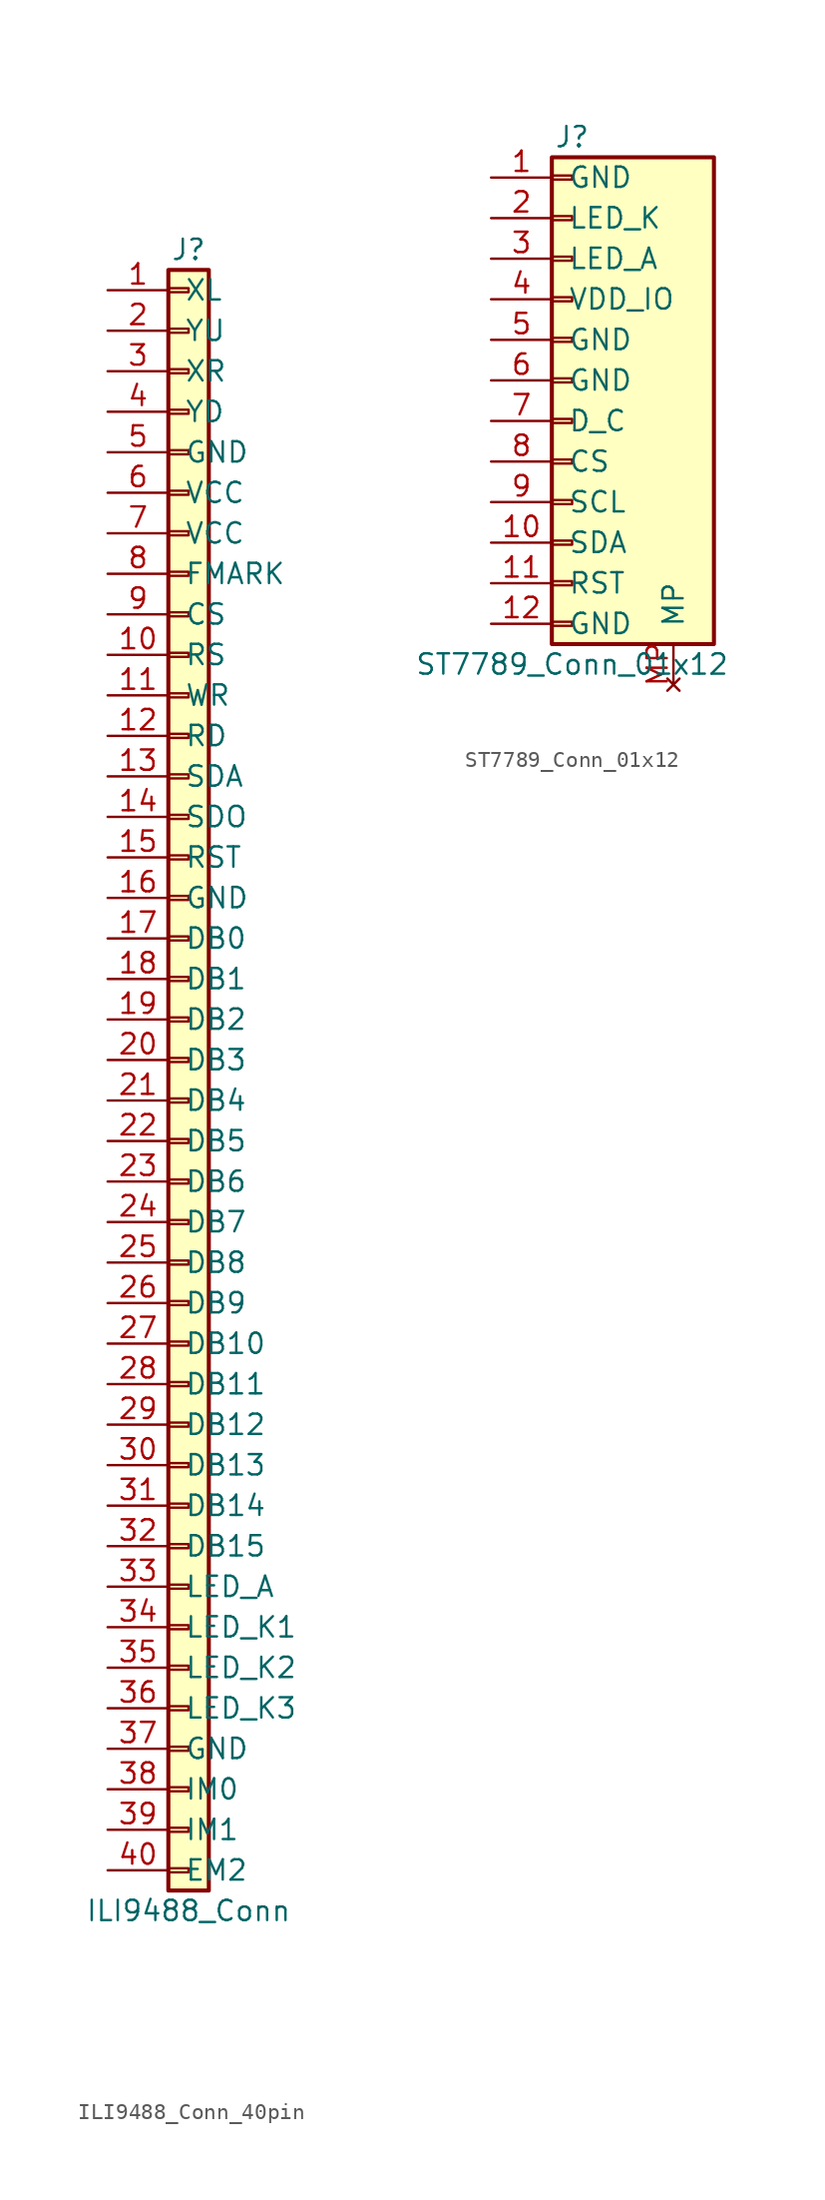
<source format=kicad_sym>
(kicad_symbol_lib
  (version 20241209)
  (generator "kicad_symbol_editor")
  (generator_version "9.0")
  (symbol "ILI9488_Conn_40pin"
    (pin_names
      (offset 1.016))
    (property "Reference" "J"
      (at 0 50.8 0)
      (effects (font (size 1.27 1.27))))
    (property "Value" "ILI9488_Conn"
      (at 0 -53.34 0)
      (effects (font (size 1.27 1.27))))
    (symbol "ILI9488_Conn_40pin_1_1"
      (rectangle (start -1.27 49.53) (end 1.27 -52.07) (stroke (width 0.254) (type default)) (fill (type background)))
      (rectangle (start -1.27 48.387) (end 0 48.133) (stroke (width 0.152) (type default)) (fill (type none)))
      (rectangle (start -1.27 45.847) (end 0 45.593) (stroke (width 0.152) (type default)) (fill (type none)))
      (rectangle (start -1.27 43.307) (end 0 43.053) (stroke (width 0.152) (type default)) (fill (type none)))
      (rectangle (start -1.27 40.767) (end 0 40.513) (stroke (width 0.152) (type default)) (fill (type none)))
      (rectangle (start -1.27 38.227) (end 0 37.973) (stroke (width 0.152) (type default)) (fill (type none)))
      (rectangle (start -1.27 35.687) (end 0 35.433) (stroke (width 0.152) (type default)) (fill (type none)))
      (rectangle (start -1.27 33.147) (end 0 32.893) (stroke (width 0.152) (type default)) (fill (type none)))
      (rectangle (start -1.27 30.607) (end 0 30.353) (stroke (width 0.152) (type default)) (fill (type none)))
      (rectangle (start -1.27 28.067) (end 0 27.813) (stroke (width 0.152) (type default)) (fill (type none)))
      (rectangle (start -1.27 25.527) (end 0 25.273) (stroke (width 0.152) (type default)) (fill (type none)))
      (rectangle (start -1.27 22.987) (end 0 22.733) (stroke (width 0.152) (type default)) (fill (type none)))
      (rectangle (start -1.27 20.447) (end 0 20.193) (stroke (width 0.152) (type default)) (fill (type none)))
      (rectangle (start -1.27 17.907) (end 0 17.653) (stroke (width 0.152) (type default)) (fill (type none)))
      (rectangle (start -1.27 15.367) (end 0 15.113) (stroke (width 0.152) (type default)) (fill (type none)))
      (rectangle (start -1.27 12.827) (end 0 12.573) (stroke (width 0.152) (type default)) (fill (type none)))
      (rectangle (start -1.27 10.287) (end 0 10.033) (stroke (width 0.152) (type default)) (fill (type none)))
      (rectangle (start -1.27 7.747) (end 0 7.493) (stroke (width 0.152) (type default)) (fill (type none)))
      (rectangle (start -1.27 5.207) (end 0 4.953) (stroke (width 0.152) (type default)) (fill (type none)))
      (rectangle (start -1.27 2.667) (end 0 2.413) (stroke (width 0.152) (type default)) (fill (type none)))
      (rectangle (start -1.27 0.127) (end 0 -0.127) (stroke (width 0.152) (type default)) (fill (type none)))
      (rectangle (start -1.27 -2.413) (end 0 -2.667) (stroke (width 0.152) (type default)) (fill (type none)))
      (rectangle (start -1.27 -4.953) (end 0 -5.207) (stroke (width 0.152) (type default)) (fill (type none)))
      (rectangle (start -1.27 -7.493) (end 0 -7.747) (stroke (width 0.152) (type default)) (fill (type none)))
      (rectangle (start -1.27 -10.033) (end 0 -10.287) (stroke (width 0.152) (type default)) (fill (type none)))
      (rectangle (start -1.27 -12.573) (end 0 -12.827) (stroke (width 0.152) (type default)) (fill (type none)))
      (rectangle (start -1.27 -15.113) (end 0 -15.367) (stroke (width 0.152) (type default)) (fill (type none)))
      (rectangle (start -1.27 -17.653) (end 0 -17.907) (stroke (width 0.152) (type default)) (fill (type none)))
      (rectangle (start -1.27 -20.193) (end 0 -20.447) (stroke (width 0.152) (type default)) (fill (type none)))
      (rectangle (start -1.27 -22.733) (end 0 -22.987) (stroke (width 0.152) (type default)) (fill (type none)))
      (rectangle (start -1.27 -25.273) (end 0 -25.527) (stroke (width 0.152) (type default)) (fill (type none)))
      (rectangle (start -1.27 -27.813) (end 0 -28.067) (stroke (width 0.152) (type default)) (fill (type none)))
      (rectangle (start -1.27 -30.353) (end 0 -30.607) (stroke (width 0.152) (type default)) (fill (type none)))
      (rectangle (start -1.27 -32.893) (end 0 -33.147) (stroke (width 0.152) (type default)) (fill (type none)))
      (rectangle (start -1.27 -35.433) (end 0 -35.687) (stroke (width 0.152) (type default)) (fill (type none)))
      (rectangle (start -1.27 -37.973) (end 0 -38.227) (stroke (width 0.152) (type default)) (fill (type none)))
      (rectangle (start -1.27 -40.513) (end 0 -40.767) (stroke (width 0.152) (type default)) (fill (type none)))
      (rectangle (start -1.27 -43.053) (end 0 -43.307) (stroke (width 0.152) (type default)) (fill (type none)))
      (rectangle (start -1.27 -45.593) (end 0 -45.847) (stroke (width 0.152) (type default)) (fill (type none)))
      (rectangle (start -1.27 -48.133) (end 0 -48.387) (stroke (width 0.152) (type default)) (fill (type none)))
      (rectangle (start -1.27 -50.673) (end 0 -50.927) (stroke (width 0.152) (type default)) (fill (type none)))
      (pin passive line (at -5.08 48.26 0) (length 3.81) (name "XL" (effects (font (size 1.27 1.27)))) (number "1" (effects (font (size 1.27 1.27)))))
      (pin passive line (at -5.08 45.72 0) (length 3.81) (name "YU" (effects (font (size 1.27 1.27)))) (number "2" (effects (font (size 1.27 1.27)))))
      (pin passive line (at -5.08 43.18 0) (length 3.81) (name "XR" (effects (font (size 1.27 1.27)))) (number "3" (effects (font (size 1.27 1.27)))))
      (pin passive line (at -5.08 40.64 0) (length 3.81) (name "YD" (effects (font (size 1.27 1.27)))) (number "4" (effects (font (size 1.27 1.27)))))
      (pin passive line (at -5.08 38.1 0) (length 3.81) (name "GND" (effects (font (size 1.27 1.27)))) (number "5" (effects (font (size 1.27 1.27)))))
      (pin passive line (at -5.08 35.56 0) (length 3.81) (name "VCC" (effects (font (size 1.27 1.27)))) (number "6" (effects (font (size 1.27 1.27)))))
      (pin passive line (at -5.08 33.02 0) (length 3.81) (name "VCC" (effects (font (size 1.27 1.27)))) (number "7" (effects (font (size 1.27 1.27)))))
      (pin passive line (at -5.08 30.48 0) (length 3.81) (name "FMARK" (effects (font (size 1.27 1.27)))) (number "8" (effects (font (size 1.27 1.27)))))
      (pin passive line (at -5.08 27.94 0) (length 3.81) (name "CS" (effects (font (size 1.27 1.27)))) (number "9" (effects (font (size 1.27 1.27)))))
      (pin passive line (at -5.08 25.4 0) (length 3.81) (name "RS" (effects (font (size 1.27 1.27)))) (number "10" (effects (font (size 1.27 1.27)))))
      (pin passive line (at -5.08 22.86 0) (length 3.81) (name "WR" (effects (font (size 1.27 1.27)))) (number "11" (effects (font (size 1.27 1.27)))))
      (pin passive line (at -5.08 20.32 0) (length 3.81) (name "RD" (effects (font (size 1.27 1.27)))) (number "12" (effects (font (size 1.27 1.27)))))
      (pin passive line (at -5.08 17.78 0) (length 3.81) (name "SDA" (effects (font (size 1.27 1.27)))) (number "13" (effects (font (size 1.27 1.27)))))
      (pin passive line (at -5.08 15.24 0) (length 3.81) (name "SDO" (effects (font (size 1.27 1.27)))) (number "14" (effects (font (size 1.27 1.27)))))
      (pin passive line (at -5.08 12.7 0) (length 3.81) (name "RST" (effects (font (size 1.27 1.27)))) (number "15" (effects (font (size 1.27 1.27)))))
      (pin passive line (at -5.08 10.16 0) (length 3.81) (name "GND" (effects (font (size 1.27 1.27)))) (number "16" (effects (font (size 1.27 1.27)))))
      (pin passive line (at -5.08 7.62 0) (length 3.81) (name "DB0" (effects (font (size 1.27 1.27)))) (number "17" (effects (font (size 1.27 1.27)))))
      (pin passive line (at -5.08 5.08 0) (length 3.81) (name "DB1" (effects (font (size 1.27 1.27)))) (number "18" (effects (font (size 1.27 1.27)))))
      (pin passive line (at -5.08 2.54 0) (length 3.81) (name "DB2" (effects (font (size 1.27 1.27)))) (number "19" (effects (font (size 1.27 1.27)))))
      (pin passive line (at -5.08 0 0) (length 3.81) (name "DB3" (effects (font (size 1.27 1.27)))) (number "20" (effects (font (size 1.27 1.27)))))
      (pin passive line (at -5.08 -2.54 0) (length 3.81) (name "DB4" (effects (font (size 1.27 1.27)))) (number "21" (effects (font (size 1.27 1.27)))))
      (pin passive line (at -5.08 -5.08 0) (length 3.81) (name "DB5" (effects (font (size 1.27 1.27)))) (number "22" (effects (font (size 1.27 1.27)))))
      (pin passive line (at -5.08 -7.62 0) (length 3.81) (name "DB6" (effects (font (size 1.27 1.27)))) (number "23" (effects (font (size 1.27 1.27)))))
      (pin passive line (at -5.08 -10.16 0) (length 3.81) (name "DB7" (effects (font (size 1.27 1.27)))) (number "24" (effects (font (size 1.27 1.27)))))
      (pin passive line (at -5.08 -12.7 0) (length 3.81) (name "DB8" (effects (font (size 1.27 1.27)))) (number "25" (effects (font (size 1.27 1.27)))))
      (pin passive line (at -5.08 -15.24 0) (length 3.81) (name "DB9" (effects (font (size 1.27 1.27)))) (number "26" (effects (font (size 1.27 1.27)))))
      (pin passive line (at -5.08 -17.78 0) (length 3.81) (name "DB10" (effects (font (size 1.27 1.27)))) (number "27" (effects (font (size 1.27 1.27)))))
      (pin passive line (at -5.08 -20.32 0) (length 3.81) (name "DB11" (effects (font (size 1.27 1.27)))) (number "28" (effects (font (size 1.27 1.27)))))
      (pin passive line (at -5.08 -22.86 0) (length 3.81) (name "DB12" (effects (font (size 1.27 1.27)))) (number "29" (effects (font (size 1.27 1.27)))))
      (pin passive line (at -5.08 -25.4 0) (length 3.81) (name "DB13" (effects (font (size 1.27 1.27)))) (number "30" (effects (font (size 1.27 1.27)))))
      (pin passive line (at -5.08 -27.94 0) (length 3.81) (name "DB14" (effects (font (size 1.27 1.27)))) (number "31" (effects (font (size 1.27 1.27)))))
      (pin passive line (at -5.08 -30.48 0) (length 3.81) (name "DB15" (effects (font (size 1.27 1.27)))) (number "32" (effects (font (size 1.27 1.27)))))
      (pin passive line (at -5.08 -33.02 0) (length 3.81) (name "LED_A" (effects (font (size 1.27 1.27)))) (number "33" (effects (font (size 1.27 1.27)))))
      (pin passive line (at -5.08 -35.56 0) (length 3.81) (name "LED_K1" (effects (font (size 1.27 1.27)))) (number "34" (effects (font (size 1.27 1.27)))))
      (pin passive line (at -5.08 -38.1 0) (length 3.81) (name "LED_K2" (effects (font (size 1.27 1.27)))) (number "35" (effects (font (size 1.27 1.27)))))
      (pin passive line (at -5.08 -40.64 0) (length 3.81) (name "LED_K3" (effects (font (size 1.27 1.27)))) (number "36" (effects (font (size 1.27 1.27)))))
      (pin passive line (at -5.08 -43.18 0) (length 3.81) (name "GND" (effects (font (size 1.27 1.27)))) (number "37" (effects (font (size 1.27 1.27)))))
      (pin passive line (at -5.08 -45.72 0) (length 3.81) (name "IM0" (effects (font (size 1.27 1.27)))) (number "38" (effects (font (size 1.27 1.27)))))
      (pin passive line (at -5.08 -48.26 0) (length 3.81) (name "IM1" (effects (font (size 1.27 1.27)))) (number "39" (effects (font (size 1.27 1.27)))))
      (pin passive line (at -5.08 -50.8 0) (length 3.81) (name "EM2" (effects (font (size 1.27 1.27)))) (number "40" (effects (font (size 1.27 1.27)))))))
  (symbol "ST7789_Conn_01x12"
    (pin_names
      (offset 1.016))
    (property "Reference" "J"
      (at 0 15.24 0)
      (effects (font (size 1.27 1.27))))
    (property "Value" "ST7789_Conn_01x12"
      (at 0 -17.78 0)
      (effects (font (size 1.27 1.27))))
    (symbol "ST7789_Conn_01x12_1_1"
      (rectangle (start -1.27 13.97) (end 8.89 -16.51) (stroke (width 0.254) (type default)) (fill (type background)))
      (rectangle (start -1.27 12.827) (end 0 12.573) (stroke (width 0.152) (type default)) (fill (type none)))
      (rectangle (start -1.27 10.287) (end 0 10.033) (stroke (width 0.152) (type default)) (fill (type none)))
      (rectangle (start -1.27 7.747) (end 0 7.493) (stroke (width 0.152) (type default)) (fill (type none)))
      (rectangle (start -1.27 5.207) (end 0 4.953) (stroke (width 0.152) (type default)) (fill (type none)))
      (rectangle (start -1.27 2.667) (end 0 2.413) (stroke (width 0.152) (type default)) (fill (type none)))
      (rectangle (start -1.27 0.127) (end 0 -0.127) (stroke (width 0.152) (type default)) (fill (type none)))
      (rectangle (start -1.27 -2.413) (end 0 -2.667) (stroke (width 0.152) (type default)) (fill (type none)))
      (rectangle (start -1.27 -4.953) (end 0 -5.207) (stroke (width 0.152) (type default)) (fill (type none)))
      (rectangle (start -1.27 -7.493) (end 0 -7.747) (stroke (width 0.152) (type default)) (fill (type none)))
      (rectangle (start -1.27 -10.033) (end 0 -10.287) (stroke (width 0.152) (type default)) (fill (type none)))
      (rectangle (start -1.27 -12.573) (end 0 -12.827) (stroke (width 0.152) (type default)) (fill (type none)))
      (rectangle (start -1.27 -15.113) (end 0 -15.367) (stroke (width 0.152) (type default)) (fill (type none)))
      (pin passive line (at -5.08 12.7 0) (length 3.81) (name "GND" (effects (font (size 1.27 1.27)))) (number "1" (effects (font (size 1.27 1.27)))))
      (pin passive line (at -5.08 10.16 0) (length 3.81) (name "LED_K" (effects (font (size 1.27 1.27)))) (number "2" (effects (font (size 1.27 1.27)))))
      (pin passive line (at -5.08 7.62 0) (length 3.81) (name "LED_A" (effects (font (size 1.27 1.27)))) (number "3" (effects (font (size 1.27 1.27)))))
      (pin passive line (at -5.08 5.08 0) (length 3.81) (name "VDD_IO" (effects (font (size 1.27 1.27)))) (number "4" (effects (font (size 1.27 1.27)))))
      (pin passive line (at -5.08 2.54 0) (length 3.81) (name "GND" (effects (font (size 1.27 1.27)))) (number "5" (effects (font (size 1.27 1.27)))))
      (pin passive line (at -5.08 0 0) (length 3.81) (name "GND" (effects (font (size 1.27 1.27)))) (number "6" (effects (font (size 1.27 1.27)))))
      (pin passive line (at -5.08 -2.54 0) (length 3.81) (name "D_C" (effects (font (size 1.27 1.27)))) (number "7" (effects (font (size 1.27 1.27)))))
      (pin passive line (at -5.08 -5.08 0) (length 3.81) (name "CS" (effects (font (size 1.27 1.27)))) (number "8" (effects (font (size 1.27 1.27)))))
      (pin passive line (at -5.08 -7.62 0) (length 3.81) (name "SCL" (effects (font (size 1.27 1.27)))) (number "9" (effects (font (size 1.27 1.27)))))
      (pin passive line (at -5.08 -10.16 0) (length 3.81) (name "SDA" (effects (font (size 1.27 1.27)))) (number "10" (effects (font (size 1.27 1.27)))))
      (pin passive line (at -5.08 -12.7 0) (length 3.81) (name "RST" (effects (font (size 1.27 1.27)))) (number "11" (effects (font (size 1.27 1.27)))))
      (pin passive line (at -5.08 -15.24 0) (length 3.81) (name "GND" (effects (font (size 1.27 1.27)))) (number "12" (effects (font (size 1.27 1.27)))))
      (pin no_connect line (at 6.35 -19.05 90) (length 2.54) (name "MP" (effects (font (size 1.27 1.27)))) (number "MP" (effects (font (size 1.27 1.27))))))))
</source>
